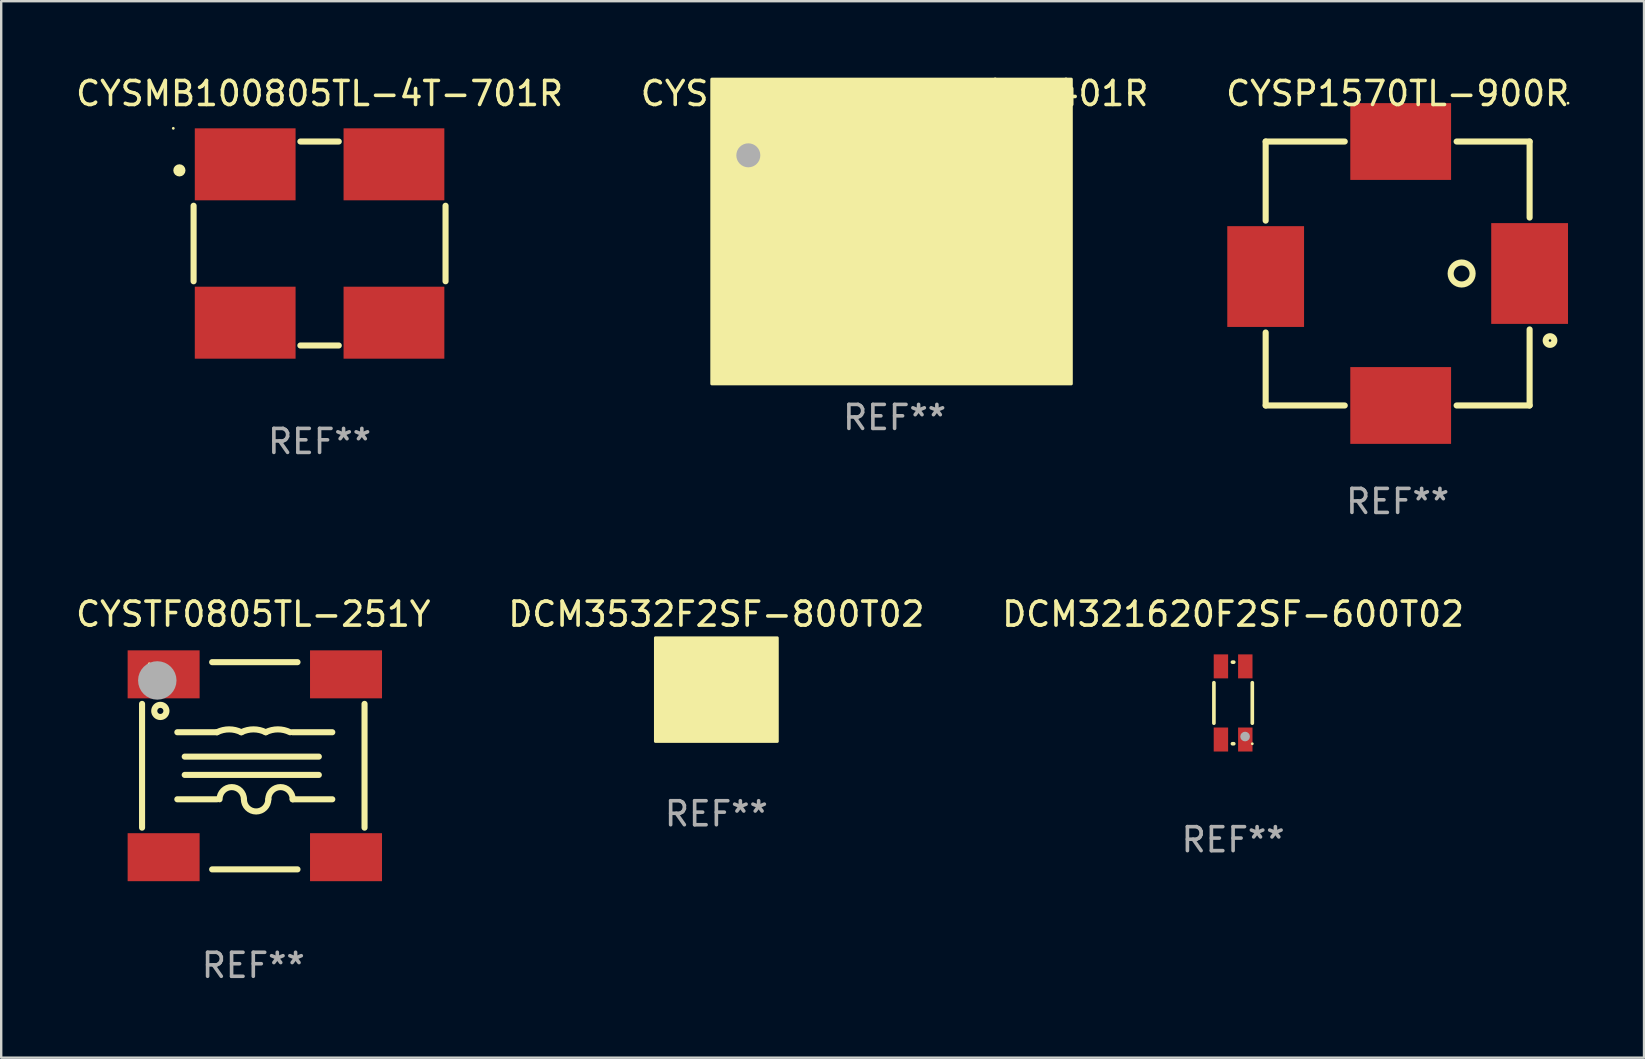
<source format=kicad_pcb>
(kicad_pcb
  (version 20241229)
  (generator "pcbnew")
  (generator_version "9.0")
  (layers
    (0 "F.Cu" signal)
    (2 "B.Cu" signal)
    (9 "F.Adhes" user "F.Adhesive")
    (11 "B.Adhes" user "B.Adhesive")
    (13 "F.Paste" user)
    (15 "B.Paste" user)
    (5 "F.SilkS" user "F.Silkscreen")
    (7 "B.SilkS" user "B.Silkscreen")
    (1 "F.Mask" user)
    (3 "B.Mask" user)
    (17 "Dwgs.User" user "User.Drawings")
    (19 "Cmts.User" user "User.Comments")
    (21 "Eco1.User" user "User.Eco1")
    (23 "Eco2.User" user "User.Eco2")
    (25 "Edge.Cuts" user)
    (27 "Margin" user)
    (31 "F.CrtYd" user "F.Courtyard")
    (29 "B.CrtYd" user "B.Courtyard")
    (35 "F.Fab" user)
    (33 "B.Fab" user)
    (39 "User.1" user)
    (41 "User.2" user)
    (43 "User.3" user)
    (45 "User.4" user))
  (footprint "DCM321620F2SF-600T02"
    (layer "F.Cu")
    (at 48.339 26.245)
    (property "Reference" "DCM321620F2SF-600T02" (at 0 -3.7 0) (layer "F.SilkS") (effects (font (size 1 1) (thickness 0.15))))
    (attr through_hole)
    (fp_line (start -0.8 -0.844) (end -0.8 0.844) (stroke (width 0.152) (type solid)) (layer "F.SilkS"))
    (fp_line (start -0.028 -1.7) (end 0.028 -1.7) (stroke (width 0.152) (type solid)) (layer "F.SilkS"))
    (fp_line (start -0.028 1.7) (end 0.028 1.7) (stroke (width 0.152) (type solid)) (layer "F.SilkS"))
    (fp_line (start 0.8 -0.844) (end 0.8 0.844) (stroke (width 0.152) (type solid)) (layer "F.SilkS"))
    (fp_circle (center 0.8 1.7) (end 0.83 1.7) (stroke (width 0.06) (type solid)) (fill no) (layer "F.SilkS"))
    (fp_circle (center 0.5 1.4) (end 0.6 1.4) (stroke (width 0.2) (type solid)) (fill no) (layer "F.Fab"))
    (fp_text user "REF**" (at 0 5.7 0) (layer "F.Fab") (effects (font (size 1 1) (thickness 0.15))))
    (pad "1" smd rect (at 0.508 1.524) (size 0.6 1) (layers "F.Cu" "F.Mask" "F.Paste"))
    (pad "2" smd rect (at 0.508 -1.524) (size 0.6 1) (layers "F.Cu" "F.Mask" "F.Paste"))
    (pad "3" smd rect (at -0.508 -1.524) (size 0.6 1) (layers "F.Cu" "F.Mask" "F.Paste"))
    (pad "4" smd rect (at -0.508 1.524) (size 0.6 1) (layers "F.Cu" "F.Mask" "F.Paste")))
  (footprint "CYSMB100805TL-4T-701R"
    (layer "F.Cu")
    (at 10.268 7.098)
    (property "Reference" "CYSMB100805TL-4T-701R" (at 0 -6.25 0) (layer "F.SilkS") (effects (font (size 1 1) (thickness 0.15))))
    (attr through_hole)
    (fp_line (start -5.25 -1.574) (end -5.25 1.574) (stroke (width 0.254) (type solid)) (layer "F.SilkS"))
    (fp_line (start -0.8 -4.25) (end 0.8 -4.25) (stroke (width 0.254) (type solid)) (layer "F.SilkS"))
    (fp_line (start -0.8 4.25) (end 0.8 4.25) (stroke (width 0.254) (type solid)) (layer "F.SilkS"))
    (fp_line (start 5.25 -1.574) (end 5.25 1.574) (stroke (width 0.254) (type solid)) (layer "F.SilkS"))
    (fp_circle (center -6.096 -4.8) (end -6.066 -4.8) (stroke (width 0.06) (type solid)) (fill no) (layer "F.SilkS"))
    (fp_circle (center -5.842 -3.048) (end -5.715 -3.048) (stroke (width 0.254) (type solid)) (fill no) (layer "F.SilkS"))
    (fp_text user "REF**" (at 0 8.25 0) (layer "F.Fab") (effects (font (size 1 1) (thickness 0.15))))
    (pad "1" smd rect (at -3.1 -3.3) (size 4.2 3) (layers "F.Cu" "F.Mask" "F.Paste"))
    (pad "2" smd rect (at -3.1 3.3) (size 4.2 3) (layers "F.Cu" "F.Mask" "F.Paste"))
    (pad "3" smd rect (at 3.1 3.3) (size 4.2 3) (layers "F.Cu" "F.Mask" "F.Paste"))
    (pad "4" smd rect (at 3.1 -3.3) (size 4.2 3) (layers "F.Cu" "F.Mask" "F.Paste")))
  (footprint "CYSP1570TL-900R"
    (layer "F.Cu")
    (at 55.196 8.348)
    (property "Reference" "CYSP1570TL-900R" (at 0 -7.5 0) (layer "F.SilkS") (effects (font (size 1 1) (thickness 0.15))))
    (attr through_hole)
    (fp_line (start -5.5 -5.5) (end -2.204 -5.5) (stroke (width 0.254) (type solid)) (layer "F.SilkS"))
    (fp_line (start -5.5 -2.204) (end -5.5 -5.5) (stroke (width 0.254) (type solid)) (layer "F.SilkS"))
    (fp_line (start -5.5 5.5) (end -5.5 2.458) (stroke (width 0.254) (type solid)) (layer "F.SilkS"))
    (fp_line (start -2.204 5.5) (end -5.5 5.5) (stroke (width 0.254) (type solid)) (layer "F.SilkS"))
    (fp_line (start 2.458 -5.5) (end 5.5 -5.5) (stroke (width 0.254) (type solid)) (layer "F.SilkS"))
    (fp_line (start 5.5 -5.5) (end 5.5 -2.331) (stroke (width 0.254) (type solid)) (layer "F.SilkS"))
    (fp_line (start 5.5 2.331) (end 5.5 5.5) (stroke (width 0.254) (type solid)) (layer "F.SilkS"))
    (fp_line (start 5.5 5.5) (end 2.458 5.5) (stroke (width 0.254) (type solid)) (layer "F.SilkS"))
    (fp_circle (center 2.667 0) (end 3.125 0) (stroke (width 0.254) (type solid)) (fill no) (layer "F.SilkS"))
    (fp_circle (center 6.35 2.794) (end 6.53 2.794) (stroke (width 0.254) (type solid)) (fill no) (layer "F.SilkS"))
    (fp_circle (center 7.1 -7.1) (end 7.13 -7.1) (stroke (width 0.06) (type solid)) (fill no) (layer "F.SilkS"))
    (fp_text user "REF**" (at 0 9.5 0) (layer "F.Fab") (effects (font (size 1 1) (thickness 0.15))))
    (pad "1" smd rect (at 5.5 0 90) (size 4.2 3.2) (layers "F.Cu" "F.Mask" "F.Paste"))
    (pad "2" smd rect (at 0.127 5.5) (size 4.2 3.2) (layers "F.Cu" "F.Mask" "F.Paste"))
    (pad "3" smd rect (at -5.5 0.127 90) (size 4.2 3.2) (layers "F.Cu" "F.Mask" "F.Paste"))
    (pad "4" smd rect (at 0.127 -5.5) (size 4.2 3.2) (layers "F.Cu" "F.Mask" "F.Paste")))
  (footprint "CYSMB121006FTL-4T-401R"
    (layer "F.Cu")
    (at 34.232 6.598)
    (property "Reference" "CYSMB121006FTL-4T-401R" (at 0 -5.75 0) (layer "F.SilkS") (effects (font (size 1 1) (thickness 0.15))))
    (attr through_hole)
    (fp_circle (center -6 -5) (end -5.97 -5) (stroke (width 0.06) (type solid)) (fill no) (layer "F.SilkS"))
    (fp_poly (pts (xy -7.62 -6.35) (xy 7.366 -6.35) (xy 7.366 6.35) (xy -7.62 6.35)) (stroke (width 0.12) (type solid)) (fill yes) (layer "F.SilkS"))
    (fp_circle (center -6.096 -3.175) (end -5.846 -3.175) (stroke (width 0.5) (type solid)) (fill no) (layer "F.Fab"))
    (fp_text user "REF**" (at 0 7.75 0) (layer "F.Fab") (effects (font (size 1 1) (thickness 0.15))))
    (pad "1" smd rect (at -4.625 -3.75) (size 4.75 4.5) (layers "F.Cu" "F.Mask" "F.Paste"))
    (pad "2" smd rect (at -4.625 3.75) (size 4.75 4.5) (layers "F.Cu" "F.Mask" "F.Paste"))
    (pad "3" smd rect (at 4.625 3.75) (size 4.75 4.5) (layers "F.Cu" "F.Mask" "F.Paste"))
    (pad "4" smd rect (at 4.625 -3.75) (size 4.75 4.5) (layers "F.Cu" "F.Mask" "F.Paste")))
  (footprint "DCM3532F2SF-800T02"
    (layer "F.Cu")
    (at 26.804 25.705)
    (property "Reference" "DCM3532F2SF-800T02" (at 0 -3.16 0) (layer "F.SilkS") (effects (font (size 1 1) (thickness 0.15))))
    (attr through_hole)
    (fp_circle (center -1.75 1.585) (end -1.72 1.585) (stroke (width 0.06) (type solid)) (fill no) (layer "F.SilkS"))
    (fp_poly (pts (xy -2.54 -2.174) (xy 2.54 -2.174) (xy 2.54 2.144) (xy -2.54 2.144)) (stroke (width 0.12) (type solid)) (fill yes) (layer "F.SilkS"))
    (fp_text user "REF**" (at 0 5.16 0) (layer "F.Fab") (effects (font (size 1 1) (thickness 0.15))))
    (pad "1" smd rect (at -1.62 1.16 180) (size 1 1.45) (layers "F.Cu" "F.Mask" "F.Paste"))
    (pad "2" smd rect (at 1.62 1.13 180) (size 1 1.45) (layers "F.Cu" "F.Mask" "F.Paste"))
    (pad "3" smd rect (at 1.62 -1.16 180) (size 1 1.45) (layers "F.Cu" "F.Mask" "F.Paste"))
    (pad "4" smd rect (at -1.62 -1.16 180) (size 1 1.45) (layers "F.Cu" "F.Mask" "F.Paste")))
  (footprint "CYSTF0805TL-251Y"
    (layer "F.Cu")
    (at 7.506 28.863)
    (property "Reference" "CYSTF0805TL-251Y" (at 0 -6.318 0) (layer "F.SilkS") (effects (font (size 1 1) (thickness 0.15))))
    (attr through_hole)
    (fp_line (start -4.636 -2.579) (end -4.636 2.579) (stroke (width 0.254) (type solid)) (layer "F.SilkS"))
    (fp_line (start -3.166 1.397) (end -1.515 1.397) (stroke (width 0.254) (type solid)) (layer "F.SilkS"))
    (fp_line (start -3.165 -1.397) (end -1.514 -1.397) (stroke (width 0.254) (type solid)) (layer "F.SilkS"))
    (fp_line (start -2.858 -0.381) (end 2.731 -0.381) (stroke (width 0.254) (type solid)) (layer "F.SilkS"))
    (fp_line (start -1.715 -4.318) (end 1.842 -4.318) (stroke (width 0.254) (type solid)) (layer "F.SilkS"))
    (fp_line (start 1.842 4.318) (end -1.715 4.318) (stroke (width 0.254) (type solid)) (layer "F.SilkS"))
    (fp_line (start 2.731 0.381) (end -2.858 0.381) (stroke (width 0.254) (type solid)) (layer "F.SilkS"))
    (fp_line (start 3.292 1.397) (end 1.641 1.397) (stroke (width 0.254) (type solid)) (layer "F.SilkS"))
    (fp_line (start 3.292 -1.397) (end 1.641 -1.397) (stroke (width 0.254) (type solid)) (layer "F.SilkS"))
    (fp_line (start 4.636 -2.579) (end 4.636 2.579) (stroke (width 0.254) (type solid)) (layer "F.SilkS"))
    (fp_arc (start -1.514478 -1.397003) (mid -1.006477 -1.516926) (end -0.498476 -1.397003) (stroke (width 0.254001) (type solid)) (layer "F.SilkS"))
    (fp_arc (start -1.406528 1.397003) (mid -0.898527 0.889002) (end -0.390526 1.397003) (stroke (width 0.254001) (type solid)) (layer "F.SilkS"))
    (fp_arc (start -0.498476 -1.397003) (mid 0.009525 -1.516926) (end 0.517526 -1.397003) (stroke (width 0.254001) (type solid)) (layer "F.SilkS"))
    (fp_arc (start 0.517526 -1.397003) (mid 1.025527 -1.516926) (end 1.533528 -1.397003) (stroke (width 0.254001) (type solid)) (layer "F.SilkS"))
    (fp_arc (start 0.625476 1.397003) (mid 0.117475 1.905004) (end -0.390526 1.397003) (stroke (width 0.254001) (type solid)) (layer "F.SilkS"))
    (fp_arc (start 0.625476 1.397003) (mid 1.133477 0.889002) (end 1.641478 1.397003) (stroke (width 0.254001) (type solid)) (layer "F.SilkS"))
    (fp_circle (center -4.337 -4.25) (end -4.307 -4.25) (stroke (width 0.06) (type solid)) (fill no) (layer "F.SilkS"))
    (fp_circle (center -3.874 -2.286) (end -3.62 -2.286) (stroke (width 0.254) (type solid)) (fill no) (layer "F.SilkS"))
    (fp_circle (center -4.001 -3.556) (end -3.6 -3.556) (stroke (width 0.8) (type solid)) (fill no) (layer "F.Fab"))
    (fp_text user "REF**" (at 0 8.318 0) (layer "F.Fab") (effects (font (size 1 1) (thickness 0.15))))
    (pad "1" smd rect (at -3.737 -3.81) (size 3 2) (layers "F.Cu" "F.Mask" "F.Paste"))
    (pad "2" smd rect (at -3.737 3.81) (size 3 2) (layers "F.Cu" "F.Mask" "F.Paste"))
    (pad "3" smd rect (at 3.864 3.81) (size 3 2) (layers "F.Cu" "F.Mask" "F.Paste"))
    (pad "4" smd rect (at 3.864 -3.81) (size 3 2) (layers "F.Cu" "F.Mask" "F.Paste")))
  (gr_rect
    (start -3 -3)
    (end 65.464 41.029)
    (stroke (width 0.1) (type default))
    (fill no)
    (layer "Edge.Cuts")))
</source>
